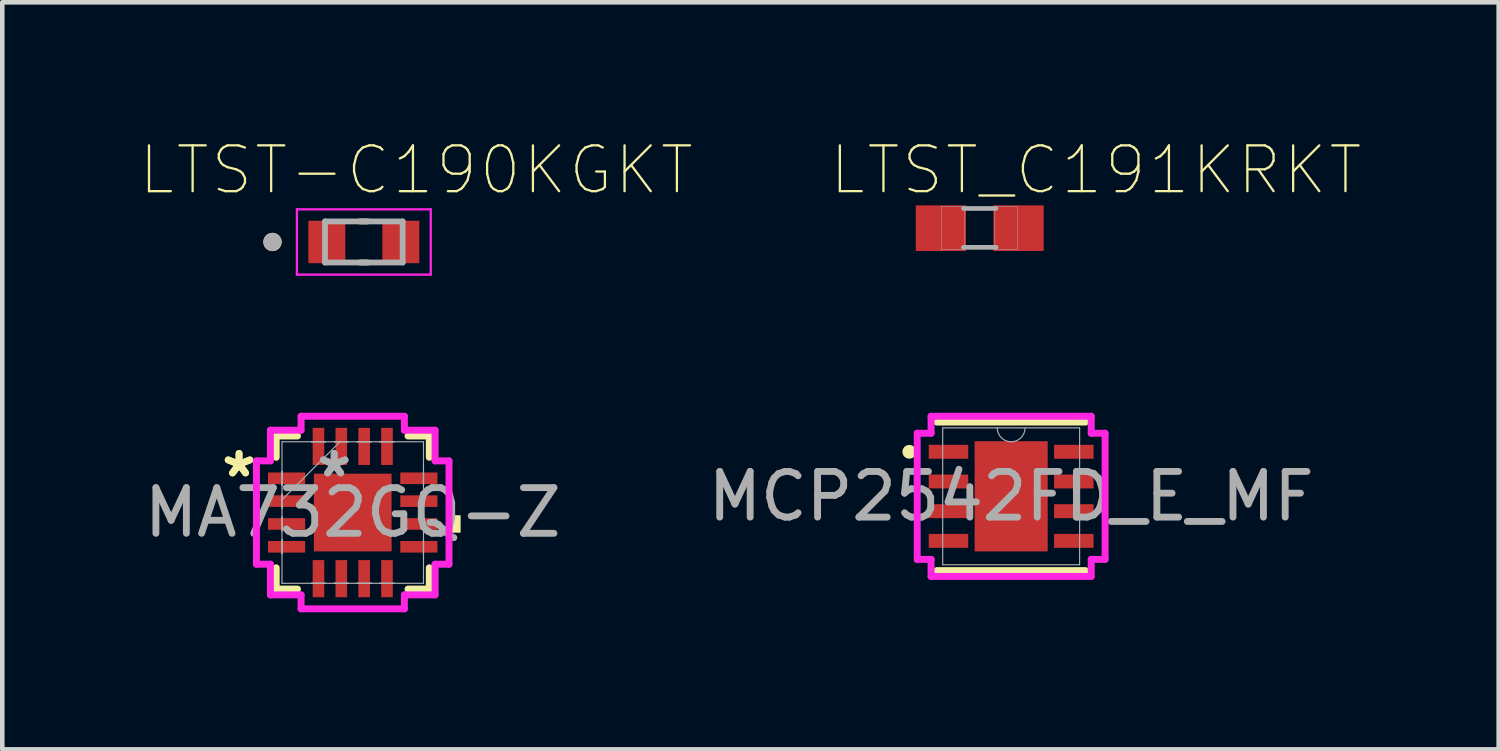
<source format=kicad_pcb>
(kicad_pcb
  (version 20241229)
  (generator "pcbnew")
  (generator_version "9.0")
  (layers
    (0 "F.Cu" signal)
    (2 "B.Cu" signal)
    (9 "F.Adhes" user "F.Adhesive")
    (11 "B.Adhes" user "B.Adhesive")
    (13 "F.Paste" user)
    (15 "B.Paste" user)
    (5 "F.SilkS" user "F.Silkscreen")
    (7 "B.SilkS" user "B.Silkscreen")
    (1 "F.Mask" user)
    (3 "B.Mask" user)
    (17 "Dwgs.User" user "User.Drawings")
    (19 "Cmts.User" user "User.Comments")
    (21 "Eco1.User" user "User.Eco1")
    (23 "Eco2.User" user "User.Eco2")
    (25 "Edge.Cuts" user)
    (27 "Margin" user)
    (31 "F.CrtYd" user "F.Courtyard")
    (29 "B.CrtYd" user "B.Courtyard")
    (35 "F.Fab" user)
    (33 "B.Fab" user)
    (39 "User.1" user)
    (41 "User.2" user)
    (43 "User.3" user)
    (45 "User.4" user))
  (footprint "LTST-C190KGKT"
    (layer "F.Cu")
    (at 4.916 2.248)
    (property "Reference" "LTST-C190KGKT" (at 1.147 -1.574 0) (layer "F.SilkS") (effects (font (size 1.003 1.003) (thickness 0.05))))
    (attr smd)
    (fp_line (start -0.085 -0.45) (end 0.085 -0.45) (stroke (width 0.127) (type solid)) (layer "F.SilkS"))
    (fp_line (start 0.085 0.45) (end -0.085 0.45) (stroke (width 0.127) (type solid)) (layer "F.SilkS"))
    (fp_circle (center -2 0) (end -1.9 0) (stroke (width 0.2) (type solid)) (fill no) (layer "F.SilkS"))
    (fp_line (start -1.465 -0.715) (end 1.465 -0.715) (stroke (width 0.05) (type solid)) (layer "F.CrtYd"))
    (fp_line (start -1.465 0.715) (end -1.465 -0.715) (stroke (width 0.05) (type solid)) (layer "F.CrtYd"))
    (fp_line (start 1.465 -0.715) (end 1.465 0.715) (stroke (width 0.05) (type solid)) (layer "F.CrtYd"))
    (fp_line (start 1.465 0.715) (end -1.465 0.715) (stroke (width 0.05) (type solid)) (layer "F.CrtYd"))
    (fp_line (start -0.85 -0.45) (end 0.85 -0.45) (stroke (width 0.127) (type solid)) (layer "F.Fab"))
    (fp_line (start -0.85 0.45) (end -0.85 -0.45) (stroke (width 0.127) (type solid)) (layer "F.Fab"))
    (fp_line (start 0.85 -0.45) (end 0.85 0.45) (stroke (width 0.127) (type solid)) (layer "F.Fab"))
    (fp_line (start 0.85 0.45) (end -0.85 0.45) (stroke (width 0.127) (type solid)) (layer "F.Fab"))
    (fp_circle (center -2 0) (end -1.9 0) (stroke (width 0.2) (type solid)) (fill no) (layer "F.Fab"))
    (pad "A" smd rect (at 0.81 0) (size 0.81 0.93) (layers "F.Cu" "F.Mask" "F.Paste"))
    (pad "C" smd rect (at -0.81 0) (size 0.81 0.93) (layers "F.Cu" "F.Mask" "F.Paste")))
  (footprint "MCP2542FD_E_MF"
    (layer "F.Cu")
    (at 19.089 7.817)
    (property "Reference" "MCP2542FD_E_MF" (at 0 0 0) (unlocked yes) (layer "F.SilkS") (effects (font (size 1 1) (thickness 0.05))))
    (attr smd)
    (fp_line (start -1.626 1.626) (end 1.626 1.626) (stroke (width 0.152) (type solid)) (layer "F.SilkS"))
    (fp_line (start 1.626 -1.626) (end -1.626 -1.626) (stroke (width 0.152) (type solid)) (layer "F.SilkS"))
    (fp_circle (center -2.23 -0.975) (end -2.154 -0.975) (stroke (width 0.152) (type solid)) (fill no) (layer "F.SilkS"))
    (fp_line (start -2.057 -1.381) (end -1.753 -1.381) (stroke (width 0.152) (type solid)) (layer "F.CrtYd"))
    (fp_line (start -2.057 1.381) (end -2.057 -1.381) (stroke (width 0.152) (type solid)) (layer "F.CrtYd"))
    (fp_line (start -2.057 1.381) (end -1.753 1.381) (stroke (width 0.152) (type solid)) (layer "F.CrtYd"))
    (fp_line (start -1.753 -1.753) (end 1.753 -1.753) (stroke (width 0.152) (type solid)) (layer "F.CrtYd"))
    (fp_line (start -1.753 -1.381) (end -1.753 -1.753) (stroke (width 0.152) (type solid)) (layer "F.CrtYd"))
    (fp_line (start -1.753 1.753) (end -1.753 1.381) (stroke (width 0.152) (type solid)) (layer "F.CrtYd"))
    (fp_line (start 1.753 -1.753) (end 1.753 -1.381) (stroke (width 0.152) (type solid)) (layer "F.CrtYd"))
    (fp_line (start 1.753 1.381) (end 1.753 1.753) (stroke (width 0.152) (type solid)) (layer "F.CrtYd"))
    (fp_line (start 1.753 1.753) (end -1.753 1.753) (stroke (width 0.152) (type solid)) (layer "F.CrtYd"))
    (fp_line (start 2.057 -1.381) (end 1.753 -1.381) (stroke (width 0.152) (type solid)) (layer "F.CrtYd"))
    (fp_line (start 2.057 -1.381) (end 2.057 1.381) (stroke (width 0.152) (type solid)) (layer "F.CrtYd"))
    (fp_line (start 2.057 1.381) (end 1.753 1.381) (stroke (width 0.152) (type solid)) (layer "F.CrtYd"))
    (fp_line (start -1.499 -1.499) (end -1.499 1.499) (stroke (width 0.025) (type solid)) (layer "F.Fab"))
    (fp_line (start -1.499 1.499) (end 1.499 1.499) (stroke (width 0.025) (type solid)) (layer "F.Fab"))
    (fp_line (start 1.499 -1.499) (end -1.499 -1.499) (stroke (width 0.025) (type solid)) (layer "F.Fab"))
    (fp_line (start 1.499 1.499) (end 1.499 -1.499) (stroke (width 0.025) (type solid)) (layer "F.Fab"))
    (fp_arc (start 0.3048 -1.4986) (mid 0 -1.1938) (end -0.3048 -1.4986) (stroke (width 0.0254) (type solid)) (layer "F.Fab"))
    (fp_text user "${REFERENCE}" (at 0 0 0) (unlocked yes) (layer "F.Fab") (effects (font (size 1 1) (thickness 0.15))))
    (pad "1" smd rect (at -1.372 -0.975) (size 0.864 0.305) (layers "F.Cu" "F.Mask" "F.Paste"))
    (pad "2" smd rect (at -1.372 -0.325) (size 0.864 0.305) (layers "F.Cu" "F.Mask" "F.Paste"))
    (pad "3" smd rect (at -1.372 0.325) (size 0.864 0.305) (layers "F.Cu" "F.Mask" "F.Paste"))
    (pad "4" smd rect (at -1.372 0.975) (size 0.864 0.305) (layers "F.Cu" "F.Mask" "F.Paste"))
    (pad "5" smd rect (at 1.372 0.975) (size 0.864 0.305) (layers "F.Cu" "F.Mask" "F.Paste"))
    (pad "6" smd rect (at 1.372 0.325) (size 0.864 0.305) (layers "F.Cu" "F.Mask" "F.Paste"))
    (pad "7" smd rect (at 1.372 -0.325) (size 0.864 0.305) (layers "F.Cu" "F.Mask" "F.Paste"))
    (pad "8" smd rect (at 1.372 -0.975) (size 0.864 0.305) (layers "F.Cu" "F.Mask" "F.Paste"))
    (pad "9" smd rect (at 0 0) (size 1.6 2.413) (layers "F.Cu" "F.Mask" "F.Paste")))
  (footprint "LTST_C191KRKT"
    (layer "F.Cu")
    (at 18.401 1.946)
    (property "Reference" "LTST_C191KRKT" (at 2.544 -1.272 0) (layer "F.SilkS") (effects (font (size 1.002 1.002) (thickness 0.05))))
    (attr smd)
    (fp_line (start -0.356 -0.432) (end 0.356 -0.432) (stroke (width 0.102) (type solid)) (layer "F.Fab"))
    (fp_line (start -0.356 0.419) (end 0.356 0.419) (stroke (width 0.102) (type solid)) (layer "F.Fab"))
    (fp_poly (pts (xy -0.841 -0.48) (xy -0.338 -0.48) (xy -0.338 0.471) (xy -0.841 0.471)) (stroke (width 0.01) (type solid)) (fill no) (layer "F.Fab"))
    (fp_poly (pts (xy 0.331 -0.48) (xy 0.83 -0.48) (xy 0.83 0.471) (xy 0.331 0.471)) (stroke (width 0.01) (type solid)) (fill no) (layer "F.Fab"))
    (pad "1" smd rect (at -0.85 0) (size 1.1 1) (layers "F.Cu" "F.Mask" "F.Paste"))
    (pad "2" smd rect (at 0.85 0) (size 1.1 1) (layers "F.Cu" "F.Mask" "F.Paste")))
  (footprint "MA732GQ-Z"
    (layer "F.Cu")
    (at 4.673 8.172)
    (property "Reference" "MA732GQ-Z" (at 0 0 0) (unlocked yes) (layer "F.SilkS") (effects (font (size 1 1) (thickness 0.05))))
    (attr smd)
    (fp_line (start -1.676 -1.676) (end -1.676 -1.21) (stroke (width 0.152) (type solid)) (layer "F.SilkS"))
    (fp_line (start -1.676 1.21) (end -1.676 1.676) (stroke (width 0.152) (type solid)) (layer "F.SilkS"))
    (fp_line (start -1.676 1.676) (end -1.21 1.676) (stroke (width 0.152) (type solid)) (layer "F.SilkS"))
    (fp_line (start -1.21 -1.676) (end -1.676 -1.676) (stroke (width 0.152) (type solid)) (layer "F.SilkS"))
    (fp_line (start 1.21 1.676) (end 1.676 1.676) (stroke (width 0.152) (type solid)) (layer "F.SilkS"))
    (fp_line (start 1.676 -1.676) (end 1.21 -1.676) (stroke (width 0.152) (type solid)) (layer "F.SilkS"))
    (fp_line (start 1.676 -1.21) (end 1.676 -1.676) (stroke (width 0.152) (type solid)) (layer "F.SilkS"))
    (fp_line (start 1.676 1.676) (end 1.676 1.21) (stroke (width 0.152) (type solid)) (layer "F.SilkS"))
    (fp_poly (pts (xy 2.362 0.059) (xy 2.362 0.441) (xy 2.108 0.441) (xy 2.108 0.059)) (stroke (width 0) (type solid)) (fill yes) (layer "F.SilkS"))
    (fp_line (start -2.108 -1.131) (end -1.803 -1.131) (stroke (width 0.152) (type solid)) (layer "F.CrtYd"))
    (fp_line (start -2.108 1.131) (end -2.108 -1.131) (stroke (width 0.152) (type solid)) (layer "F.CrtYd"))
    (fp_line (start -1.803 -1.803) (end -1.131 -1.803) (stroke (width 0.152) (type solid)) (layer "F.CrtYd"))
    (fp_line (start -1.803 -1.131) (end -1.803 -1.803) (stroke (width 0.152) (type solid)) (layer "F.CrtYd"))
    (fp_line (start -1.803 1.131) (end -2.108 1.131) (stroke (width 0.152) (type solid)) (layer "F.CrtYd"))
    (fp_line (start -1.803 1.803) (end -1.803 1.131) (stroke (width 0.152) (type solid)) (layer "F.CrtYd"))
    (fp_line (start -1.131 -2.108) (end 1.131 -2.108) (stroke (width 0.152) (type solid)) (layer "F.CrtYd"))
    (fp_line (start -1.131 -1.803) (end -1.131 -2.108) (stroke (width 0.152) (type solid)) (layer "F.CrtYd"))
    (fp_line (start -1.131 1.803) (end -1.803 1.803) (stroke (width 0.152) (type solid)) (layer "F.CrtYd"))
    (fp_line (start -1.131 2.108) (end -1.131 1.803) (stroke (width 0.152) (type solid)) (layer "F.CrtYd"))
    (fp_line (start 1.131 -2.108) (end 1.131 -1.803) (stroke (width 0.152) (type solid)) (layer "F.CrtYd"))
    (fp_line (start 1.131 -1.803) (end 1.803 -1.803) (stroke (width 0.152) (type solid)) (layer "F.CrtYd"))
    (fp_line (start 1.131 1.803) (end 1.131 2.108) (stroke (width 0.152) (type solid)) (layer "F.CrtYd"))
    (fp_line (start 1.131 2.108) (end -1.131 2.108) (stroke (width 0.152) (type solid)) (layer "F.CrtYd"))
    (fp_line (start 1.803 -1.803) (end 1.803 -1.131) (stroke (width 0.152) (type solid)) (layer "F.CrtYd"))
    (fp_line (start 1.803 -1.131) (end 2.108 -1.131) (stroke (width 0.152) (type solid)) (layer "F.CrtYd"))
    (fp_line (start 1.803 1.131) (end 1.803 1.803) (stroke (width 0.152) (type solid)) (layer "F.CrtYd"))
    (fp_line (start 1.803 1.803) (end 1.131 1.803) (stroke (width 0.152) (type solid)) (layer "F.CrtYd"))
    (fp_line (start 2.108 -1.131) (end 2.108 1.131) (stroke (width 0.152) (type solid)) (layer "F.CrtYd"))
    (fp_line (start 2.108 1.131) (end 1.803 1.131) (stroke (width 0.152) (type solid)) (layer "F.CrtYd"))
    (fp_line (start -1.549 -1.549) (end -1.549 1.549) (stroke (width 0.025) (type solid)) (layer "F.Fab"))
    (fp_line (start -1.549 -0.902) (end -1.549 -0.902) (stroke (width 0.025) (type solid)) (layer "F.Fab"))
    (fp_line (start -1.549 -0.902) (end -1.549 -0.598) (stroke (width 0.025) (type solid)) (layer "F.Fab"))
    (fp_line (start -1.549 -0.598) (end -1.549 -0.902) (stroke (width 0.025) (type solid)) (layer "F.Fab"))
    (fp_line (start -1.549 -0.598) (end -1.549 -0.598) (stroke (width 0.025) (type solid)) (layer "F.Fab"))
    (fp_line (start -1.549 -0.402) (end -1.549 -0.402) (stroke (width 0.025) (type solid)) (layer "F.Fab"))
    (fp_line (start -1.549 -0.402) (end -1.549 -0.098) (stroke (width 0.025) (type solid)) (layer "F.Fab"))
    (fp_line (start -1.549 -0.279) (end -0.279 -1.549) (stroke (width 0.025) (type solid)) (layer "F.Fab"))
    (fp_line (start -1.549 -0.098) (end -1.549 -0.402) (stroke (width 0.025) (type solid)) (layer "F.Fab"))
    (fp_line (start -1.549 -0.098) (end -1.549 -0.098) (stroke (width 0.025) (type solid)) (layer "F.Fab"))
    (fp_line (start -1.549 0.098) (end -1.549 0.098) (stroke (width 0.025) (type solid)) (layer "F.Fab"))
    (fp_line (start -1.549 0.098) (end -1.549 0.402) (stroke (width 0.025) (type solid)) (layer "F.Fab"))
    (fp_line (start -1.549 0.402) (end -1.549 0.098) (stroke (width 0.025) (type solid)) (layer "F.Fab"))
    (fp_line (start -1.549 0.402) (end -1.549 0.402) (stroke (width 0.025) (type solid)) (layer "F.Fab"))
    (fp_line (start -1.549 0.598) (end -1.549 0.598) (stroke (width 0.025) (type solid)) (layer "F.Fab"))
    (fp_line (start -1.549 0.598) (end -1.549 0.902) (stroke (width 0.025) (type solid)) (layer "F.Fab"))
    (fp_line (start -1.549 0.902) (end -1.549 0.598) (stroke (width 0.025) (type solid)) (layer "F.Fab"))
    (fp_line (start -1.549 0.902) (end -1.549 0.902) (stroke (width 0.025) (type solid)) (layer "F.Fab"))
    (fp_line (start -1.549 1.549) (end 1.549 1.549) (stroke (width 0.025) (type solid)) (layer "F.Fab"))
    (fp_line (start -0.902 -1.549) (end -0.902 -1.549) (stroke (width 0.025) (type solid)) (layer "F.Fab"))
    (fp_line (start -0.902 -1.549) (end -0.598 -1.549) (stroke (width 0.025) (type solid)) (layer "F.Fab"))
    (fp_line (start -0.902 1.549) (end -0.902 1.549) (stroke (width 0.025) (type solid)) (layer "F.Fab"))
    (fp_line (start -0.902 1.549) (end -0.598 1.549) (stroke (width 0.025) (type solid)) (layer "F.Fab"))
    (fp_line (start -0.598 -1.549) (end -0.902 -1.549) (stroke (width 0.025) (type solid)) (layer "F.Fab"))
    (fp_line (start -0.598 -1.549) (end -0.598 -1.549) (stroke (width 0.025) (type solid)) (layer "F.Fab"))
    (fp_line (start -0.598 1.549) (end -0.902 1.549) (stroke (width 0.025) (type solid)) (layer "F.Fab"))
    (fp_line (start -0.598 1.549) (end -0.598 1.549) (stroke (width 0.025) (type solid)) (layer "F.Fab"))
    (fp_line (start -0.402 -1.549) (end -0.402 -1.549) (stroke (width 0.025) (type solid)) (layer "F.Fab"))
    (fp_line (start -0.402 -1.549) (end -0.098 -1.549) (stroke (width 0.025) (type solid)) (layer "F.Fab"))
    (fp_line (start -0.402 1.549) (end -0.402 1.549) (stroke (width 0.025) (type solid)) (layer "F.Fab"))
    (fp_line (start -0.402 1.549) (end -0.098 1.549) (stroke (width 0.025) (type solid)) (layer "F.Fab"))
    (fp_line (start -0.098 -1.549) (end -0.402 -1.549) (stroke (width 0.025) (type solid)) (layer "F.Fab"))
    (fp_line (start -0.098 -1.549) (end -0.098 -1.549) (stroke (width 0.025) (type solid)) (layer "F.Fab"))
    (fp_line (start -0.098 1.549) (end -0.402 1.549) (stroke (width 0.025) (type solid)) (layer "F.Fab"))
    (fp_line (start -0.098 1.549) (end -0.098 1.549) (stroke (width 0.025) (type solid)) (layer "F.Fab"))
    (fp_line (start 0.098 -1.549) (end 0.098 -1.549) (stroke (width 0.025) (type solid)) (layer "F.Fab"))
    (fp_line (start 0.098 -1.549) (end 0.402 -1.549) (stroke (width 0.025) (type solid)) (layer "F.Fab"))
    (fp_line (start 0.098 1.549) (end 0.098 1.549) (stroke (width 0.025) (type solid)) (layer "F.Fab"))
    (fp_line (start 0.098 1.549) (end 0.402 1.549) (stroke (width 0.025) (type solid)) (layer "F.Fab"))
    (fp_line (start 0.402 -1.549) (end 0.098 -1.549) (stroke (width 0.025) (type solid)) (layer "F.Fab"))
    (fp_line (start 0.402 -1.549) (end 0.402 -1.549) (stroke (width 0.025) (type solid)) (layer "F.Fab"))
    (fp_line (start 0.402 1.549) (end 0.098 1.549) (stroke (width 0.025) (type solid)) (layer "F.Fab"))
    (fp_line (start 0.402 1.549) (end 0.402 1.549) (stroke (width 0.025) (type solid)) (layer "F.Fab"))
    (fp_line (start 0.598 -1.549) (end 0.598 -1.549) (stroke (width 0.025) (type solid)) (layer "F.Fab"))
    (fp_line (start 0.598 -1.549) (end 0.902 -1.549) (stroke (width 0.025) (type solid)) (layer "F.Fab"))
    (fp_line (start 0.598 1.549) (end 0.598 1.549) (stroke (width 0.025) (type solid)) (layer "F.Fab"))
    (fp_line (start 0.598 1.549) (end 0.902 1.549) (stroke (width 0.025) (type solid)) (layer "F.Fab"))
    (fp_line (start 0.902 -1.549) (end 0.598 -1.549) (stroke (width 0.025) (type solid)) (layer "F.Fab"))
    (fp_line (start 0.902 -1.549) (end 0.902 -1.549) (stroke (width 0.025) (type solid)) (layer "F.Fab"))
    (fp_line (start 0.902 1.549) (end 0.598 1.549) (stroke (width 0.025) (type solid)) (layer "F.Fab"))
    (fp_line (start 0.902 1.549) (end 0.902 1.549) (stroke (width 0.025) (type solid)) (layer "F.Fab"))
    (fp_line (start 1.549 -1.549) (end -1.549 -1.549) (stroke (width 0.025) (type solid)) (layer "F.Fab"))
    (fp_line (start 1.549 -0.902) (end 1.549 -0.902) (stroke (width 0.025) (type solid)) (layer "F.Fab"))
    (fp_line (start 1.549 -0.902) (end 1.549 -0.598) (stroke (width 0.025) (type solid)) (layer "F.Fab"))
    (fp_line (start 1.549 -0.598) (end 1.549 -0.902) (stroke (width 0.025) (type solid)) (layer "F.Fab"))
    (fp_line (start 1.549 -0.598) (end 1.549 -0.598) (stroke (width 0.025) (type solid)) (layer "F.Fab"))
    (fp_line (start 1.549 -0.402) (end 1.549 -0.402) (stroke (width 0.025) (type solid)) (layer "F.Fab"))
    (fp_line (start 1.549 -0.402) (end 1.549 -0.098) (stroke (width 0.025) (type solid)) (layer "F.Fab"))
    (fp_line (start 1.549 -0.098) (end 1.549 -0.402) (stroke (width 0.025) (type solid)) (layer "F.Fab"))
    (fp_line (start 1.549 -0.098) (end 1.549 -0.098) (stroke (width 0.025) (type solid)) (layer "F.Fab"))
    (fp_line (start 1.549 0.098) (end 1.549 0.098) (stroke (width 0.025) (type solid)) (layer "F.Fab"))
    (fp_line (start 1.549 0.098) (end 1.549 0.402) (stroke (width 0.025) (type solid)) (layer "F.Fab"))
    (fp_line (start 1.549 0.402) (end 1.549 0.098) (stroke (width 0.025) (type solid)) (layer "F.Fab"))
    (fp_line (start 1.549 0.402) (end 1.549 0.402) (stroke (width 0.025) (type solid)) (layer "F.Fab"))
    (fp_line (start 1.549 0.598) (end 1.549 0.598) (stroke (width 0.025) (type solid)) (layer "F.Fab"))
    (fp_line (start 1.549 0.598) (end 1.549 0.902) (stroke (width 0.025) (type solid)) (layer "F.Fab"))
    (fp_line (start 1.549 0.902) (end 1.549 0.598) (stroke (width 0.025) (type solid)) (layer "F.Fab"))
    (fp_line (start 1.549 0.902) (end 1.549 0.902) (stroke (width 0.025) (type solid)) (layer "F.Fab"))
    (fp_line (start 1.549 1.549) (end 1.549 -1.549) (stroke (width 0.025) (type solid)) (layer "F.Fab"))
    (fp_text user "*" (at -2.489 -0.75 0) (unlocked yes) (layer "F.SilkS") (effects (font (size 1 1) (thickness 0.15))))
    (fp_text user "*" (at -2.489 -0.75 0) (layer "F.SilkS") (effects (font (size 1 1) (thickness 0.15))))
    (fp_text user "${REFERENCE}" (at 0 0 0) (unlocked yes) (layer "F.Fab") (effects (font (size 1 1) (thickness 0.15))))
    (fp_text user "*" (at -0.406 -0.75 0) (unlocked yes) (layer "F.Fab") (effects (font (size 1 1) (thickness 0.15))))
    (fp_text user "*" (at -0.406 -0.75 0) (layer "F.Fab") (effects (font (size 1 1) (thickness 0.15))))
    (pad "1" smd rect (at -1.448 -0.75 90) (size 0.254 0.813) (layers "F.Cu" "F.Mask" "F.Paste"))
    (pad "2" smd rect (at -1.448 -0.25 90) (size 0.254 0.813) (layers "F.Cu" "F.Mask" "F.Paste"))
    (pad "3" smd rect (at -1.448 0.25 90) (size 0.254 0.813) (layers "F.Cu" "F.Mask" "F.Paste"))
    (pad "4" smd rect (at -1.448 0.75 90) (size 0.254 0.813) (layers "F.Cu" "F.Mask" "F.Paste"))
    (pad "5" smd rect (at -0.75 1.448) (size 0.254 0.813) (layers "F.Cu" "F.Mask" "F.Paste"))
    (pad "6" smd rect (at -0.25 1.448) (size 0.254 0.813) (layers "F.Cu" "F.Mask" "F.Paste"))
    (pad "7" smd rect (at 0.25 1.448) (size 0.254 0.813) (layers "F.Cu" "F.Mask" "F.Paste"))
    (pad "8" smd rect (at 0.75 1.448) (size 0.254 0.813) (layers "F.Cu" "F.Mask" "F.Paste"))
    (pad "9" smd rect (at 1.448 0.75 90) (size 0.254 0.813) (layers "F.Cu" "F.Mask" "F.Paste"))
    (pad "10" smd rect (at 1.448 0.25 90) (size 0.254 0.813) (layers "F.Cu" "F.Mask" "F.Paste"))
    (pad "11" smd rect (at 1.448 -0.25 90) (size 0.254 0.813) (layers "F.Cu" "F.Mask" "F.Paste"))
    (pad "12" smd rect (at 1.448 -0.75 90) (size 0.254 0.813) (layers "F.Cu" "F.Mask" "F.Paste"))
    (pad "13" smd rect (at 0.75 -1.448) (size 0.254 0.813) (layers "F.Cu" "F.Mask" "F.Paste"))
    (pad "14" smd rect (at 0.25 -1.448) (size 0.254 0.813) (layers "F.Cu" "F.Mask" "F.Paste"))
    (pad "15" smd rect (at -0.25 -1.448) (size 0.254 0.813) (layers "F.Cu" "F.Mask" "F.Paste"))
    (pad "16" smd rect (at -0.75 -1.448) (size 0.254 0.813) (layers "F.Cu" "F.Mask" "F.Paste"))
    (pad "17" smd rect (at 0 0) (size 1.702 1.702) (layers "F.Cu" "F.Mask" "F.Paste")))
  (gr_rect
    (start -3 -3)
    (end 29.763 13.357)
    (stroke (width 0.1) (type default))
    (fill no)
    (layer "Edge.Cuts")))
</source>
